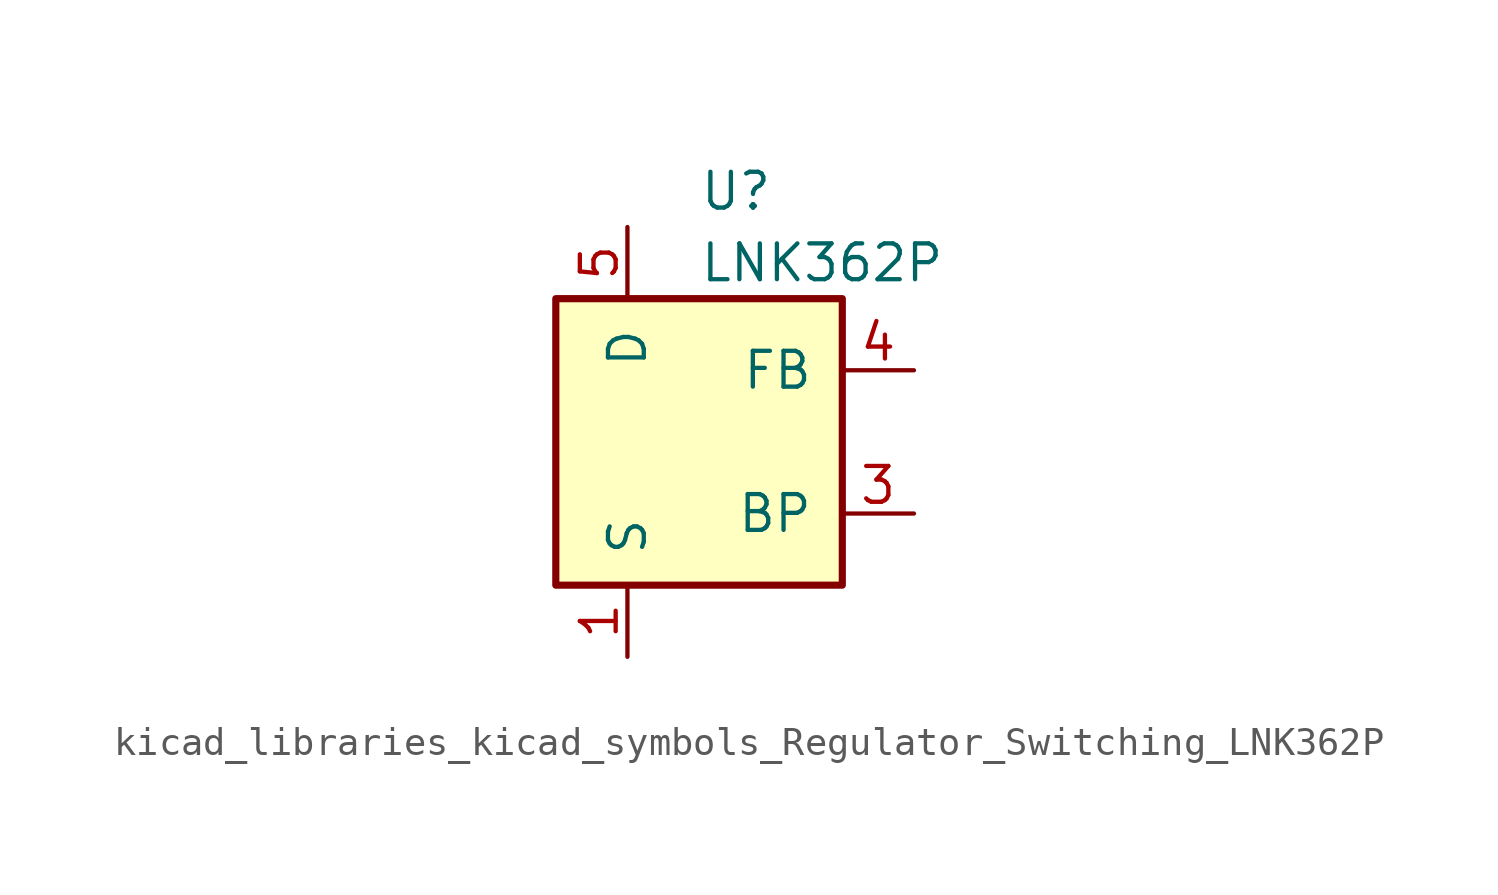
<source format=kicad_sym>
(kicad_symbol_lib
  (version 20220914)
  (generator kicad_symbol_editor)
  (symbol "kicad_libraries_kicad_symbols_Regulator_Switching_LNK362P"
    (pin_names
      (offset 1.016))
    (property "Reference" "U"
      (at 0 8.89 0)
      (effects (font (size 1.27 1.27)) (justify left)))
    (property "Value" "LNK362P"
      (at 0 6.35 0)
      (effects (font (size 1.27 1.27)) (justify left)))
    (symbol "kicad_libraries_kicad_symbols_Regulator_Switching_LNK362P_0_1"
      (rectangle (start -5.08 5.08) (end 5.08 -5.08) (stroke (width 0.254) (type default)) (fill (type background))))
    (symbol "kicad_libraries_kicad_symbols_Regulator_Switching_LNK362P_1_1"
      (pin power_in line (at -2.54 -7.62 90) (length 2.54) (name "S" (effects (font (size 1.27 1.27)))) (number "1" (effects (font (size 1.27 1.27)))))
      (pin passive line (at -2.54 -7.62 90) (length 2.54) hide (name "S" (effects (font (size 1.27 1.27)))) (number "2" (effects (font (size 1.27 1.27)))))
      (pin input line (at 7.62 -2.54 180) (length 2.54) (name "BP" (effects (font (size 1.27 1.27)))) (number "3" (effects (font (size 1.27 1.27)))))
      (pin input line (at 7.62 2.54 180) (length 2.54) (name "FB" (effects (font (size 1.27 1.27)))) (number "4" (effects (font (size 1.27 1.27)))))
      (pin open_collector line (at -2.54 7.62 270) (length 2.54) (name "D" (effects (font (size 1.27 1.27)))) (number "5" (effects (font (size 1.27 1.27)))))
      (pin passive line (at -2.54 -7.62 90) (length 2.54) hide (name "S" (effects (font (size 1.27 1.27)))) (number "7" (effects (font (size 1.27 1.27)))))
      (pin passive line (at -2.54 -7.62 90) (length 2.54) hide (name "S" (effects (font (size 1.27 1.27)))) (number "8" (effects (font (size 1.27 1.27))))))))
</source>
